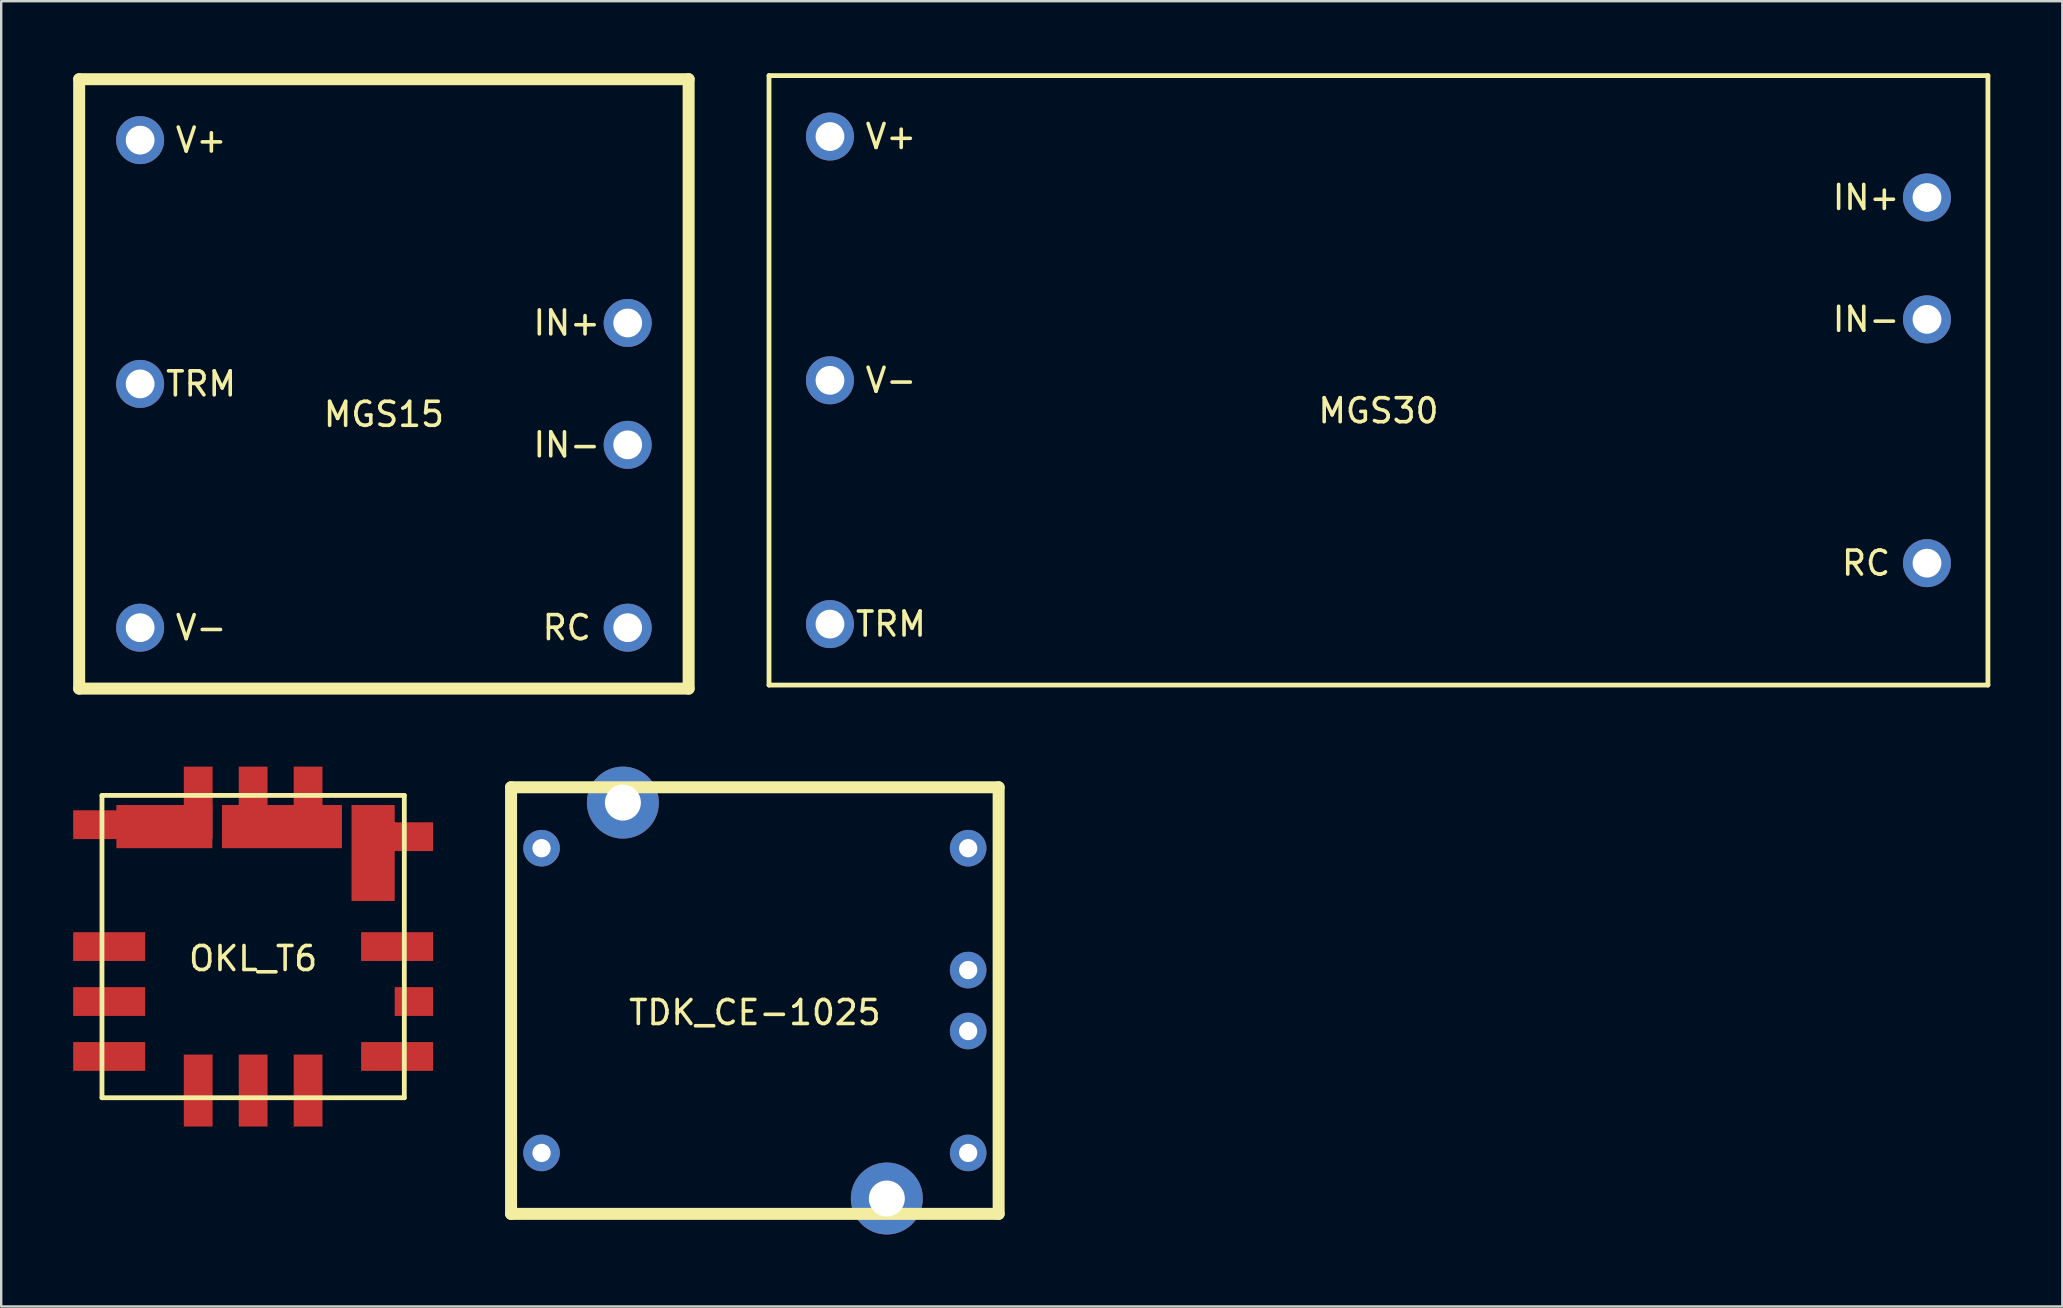
<source format=kicad_pcb>
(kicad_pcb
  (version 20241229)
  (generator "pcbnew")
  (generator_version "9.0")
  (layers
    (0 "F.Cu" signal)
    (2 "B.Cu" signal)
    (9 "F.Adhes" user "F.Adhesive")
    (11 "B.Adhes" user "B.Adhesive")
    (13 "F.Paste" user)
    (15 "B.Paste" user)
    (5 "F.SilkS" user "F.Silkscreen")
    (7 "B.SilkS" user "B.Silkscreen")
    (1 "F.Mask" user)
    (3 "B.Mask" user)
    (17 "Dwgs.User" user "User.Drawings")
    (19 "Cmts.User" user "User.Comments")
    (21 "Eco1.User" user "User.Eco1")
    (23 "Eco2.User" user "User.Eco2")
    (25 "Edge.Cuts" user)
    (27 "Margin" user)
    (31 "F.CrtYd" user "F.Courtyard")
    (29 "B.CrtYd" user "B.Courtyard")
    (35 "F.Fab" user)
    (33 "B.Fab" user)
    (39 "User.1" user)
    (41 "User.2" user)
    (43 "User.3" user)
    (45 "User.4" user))
  (footprint "MGS30"
    (layer "F.Cu")
    (at 54.4 12.8)
    (property "Reference" "MGS30" (at 0 1.27 0) (layer "F.SilkS") (effects (font (size 1 1) (thickness 0.15))))
    (attr through_hole)
    (fp_line (start -25.4 -12.7) (end 25.4 -12.7) (stroke (width 0.2) (type solid)) (layer "F.SilkS"))
    (fp_line (start -25.4 12.7) (end -25.4 -12.7) (stroke (width 0.2) (type solid)) (layer "F.SilkS"))
    (fp_line (start 25.4 12.7) (end -25.4 12.7) (stroke (width 0.2) (type solid)) (layer "F.SilkS"))
    (fp_line (start 25.4 12.7) (end 25.4 -12.7) (stroke (width 0.2) (type solid)) (layer "F.SilkS"))
    (fp_text user "IN-" (at 20.32 -2.54 0) (layer "F.SilkS") (effects (font (size 1 1) (thickness 0.15))))
    (fp_text user "V-" (at -20.32 0 0) (layer "F.SilkS") (effects (font (size 1 1) (thickness 0.15))))
    (fp_text user "IN+" (at 20.32 -7.62 0) (layer "F.SilkS") (effects (font (size 1 1) (thickness 0.15))))
    (fp_text user "RC" (at 20.32 7.62 0) (layer "F.SilkS") (effects (font (size 1 1) (thickness 0.15))))
    (fp_text user "TRM" (at -20.32 10.16 0) (layer "F.SilkS") (effects (font (size 1 1) (thickness 0.15))))
    (fp_text user "V+" (at -20.32 -10.16 0) (layer "F.SilkS") (effects (font (size 1 1) (thickness 0.15))))
    (pad "1" thru_hole circle (at -22.86 -10.16) (size 2 2) (drill 1.2) (layers "*.Cu" "*.Mask"))
    (pad "2" thru_hole circle (at -22.86 10.16) (size 2 2) (drill 1.2) (layers "*.Cu" "*.Mask"))
    (pad "3" thru_hole circle (at -22.86 0) (size 2 2) (drill 1.2) (layers "*.Cu" "*.Mask"))
    (pad "4" thru_hole circle (at 22.86 7.62) (size 2 2) (drill 1.2) (layers "*.Cu" "*.Mask"))
    (pad "5" thru_hole circle (at 22.86 -2.54) (size 2 2) (drill 1.2) (layers "*.Cu" "*.Mask"))
    (pad "6" thru_hole circle (at 22.86 -7.62) (size 2 2) (drill 1.2) (layers "*.Cu" "*.Mask")))
  (footprint "TDK_CE-1025"
    (layer "F.Cu")
    (at 28.41 38.65)
    (property "Reference" "TDK_CE-1025" (at 0 0.5 0) (layer "F.SilkS") (effects (font (size 1 1) (thickness 0.15))))
    (attr through_hole)
    (fp_line (start -10.16 -8.89) (end -10.16 8.89) (stroke (width 0.5) (type solid)) (layer "F.SilkS"))
    (fp_line (start -10.16 -8.89) (end 10.16 -8.89) (stroke (width 0.5) (type solid)) (layer "F.SilkS"))
    (fp_line (start 10.16 -8.89) (end 10.16 8.89) (stroke (width 0.5) (type solid)) (layer "F.SilkS"))
    (fp_line (start 10.16 8.89) (end -10.16 8.89) (stroke (width 0.5) (type solid)) (layer "F.SilkS"))
    (pad "" thru_hole circle (at -5.5 -8.25) (size 3 3) (drill 1.5) (layers "*.Cu" "*.Mask"))
    (pad "" thru_hole circle (at 5.5 8.25) (size 3 3) (drill 1.5) (layers "*.Cu" "*.Mask"))
    (pad "1" thru_hole circle (at -8.89 -6.35) (size 1.524 1.524) (drill 0.762) (layers "*.Cu" "*.Mask"))
    (pad "2" thru_hole circle (at -8.89 6.35) (size 1.524 1.524) (drill 0.762) (layers "*.Cu" "*.Mask"))
    (pad "3" thru_hole circle (at 8.89 6.35) (size 1.524 1.524) (drill 0.762) (layers "*.Cu" "*.Mask"))
    (pad "4" thru_hole circle (at 8.89 1.27) (size 1.524 1.524) (drill 0.762) (layers "*.Cu" "*.Mask"))
    (pad "5" thru_hole circle (at 8.89 -1.27) (size 1.524 1.524) (drill 0.762) (layers "*.Cu" "*.Mask"))
    (pad "6" thru_hole circle (at 8.89 -6.35) (size 1.524 1.524) (drill 0.762) (layers "*.Cu" "*.Mask")))
  (footprint "MGS15"
    (layer "F.Cu")
    (at 12.95 12.95)
    (property "Reference" "MGS15" (at 0 1.27 0) (layer "F.SilkS") (effects (font (size 1 1) (thickness 0.15))))
    (attr through_hole)
    (fp_line (start -12.7 -12.7) (end -12.7 12.7) (stroke (width 0.5) (type solid)) (layer "F.SilkS"))
    (fp_line (start -12.7 12.7) (end 12.7 12.7) (stroke (width 0.5) (type solid)) (layer "F.SilkS"))
    (fp_line (start 12.7 -12.7) (end -12.7 -12.7) (stroke (width 0.5) (type solid)) (layer "F.SilkS"))
    (fp_line (start 12.7 12.7) (end 12.7 -12.7) (stroke (width 0.5) (type solid)) (layer "F.SilkS"))
    (fp_text user "RC" (at 7.62 10.16 0) (layer "F.SilkS") (effects (font (size 1 1) (thickness 0.15))))
    (fp_text user "V-" (at -7.62 10.16 0) (layer "F.SilkS") (effects (font (size 1 1) (thickness 0.15))))
    (fp_text user "TRM" (at -7.62 0 0) (layer "F.SilkS") (effects (font (size 1 1) (thickness 0.15))))
    (fp_text user "IN+" (at 7.62 -2.54 0) (layer "F.SilkS") (effects (font (size 1 1) (thickness 0.15))))
    (fp_text user "V+" (at -7.62 -10.16 0) (layer "F.SilkS") (effects (font (size 1 1) (thickness 0.15))))
    (fp_text user "IN-" (at 7.62 2.54 0) (layer "F.SilkS") (effects (font (size 1 1) (thickness 0.15))))
    (pad "1" thru_hole circle (at -10.16 -10.16) (size 2 2) (drill 1.2) (layers "*.Cu" "*.Mask"))
    (pad "2" thru_hole circle (at -10.16 0) (size 2 2) (drill 1.2) (layers "*.Cu" "*.Mask"))
    (pad "3" thru_hole circle (at -10.16 10.16) (size 2 2) (drill 1.2) (layers "*.Cu" "*.Mask"))
    (pad "4" thru_hole circle (at 10.16 10.16) (size 2 2) (drill 1.2) (layers "*.Cu" "*.Mask"))
    (pad "5" thru_hole circle (at 10.16 2.54) (size 2 2) (drill 1.2) (layers "*.Cu" "*.Mask"))
    (pad "6" thru_hole circle (at 10.16 -2.54) (size 2 2) (drill 1.2) (layers "*.Cu" "*.Mask")))
  (footprint "OKL_T6"
    (layer "F.Cu")
    (at 7.5 36.4)
    (property "Reference" "OKL_T6" (at 0 0.5 0) (layer "F.SilkS") (effects (font (size 1 1) (thickness 0.15))))
    (attr through_hole)
    (fp_line (start -6.3 -6.3) (end -6.3 6.3) (stroke (width 0.2) (type solid)) (layer "F.SilkS"))
    (fp_line (start -6.3 6.3) (end 6.3 6.3) (stroke (width 0.2) (type solid)) (layer "F.SilkS"))
    (fp_line (start 6.3 -6.3) (end -6.3 -6.3) (stroke (width 0.2) (type solid)) (layer "F.SilkS"))
    (fp_line (start 6.3 6.3) (end 6.3 -6.3) (stroke (width 0.2) (type solid)) (layer "F.SilkS"))
    (pad "1" smd rect (at -6 0) (size 3 1.2) (layers "F.Cu" "F.Mask" "F.Paste"))
    (pad "2" smd rect (at -6 -5.08) (size 3 1.2) (layers "F.Cu" "F.Mask" "F.Paste"))
    (pad "2" smd rect (at -3.7 -5) (size 4 1.8) (layers "F.Cu" "F.Mask" "F.Paste"))
    (pad "2" smd rect (at -2.29 -6) (size 1.2 3) (layers "F.Cu" "F.Mask" "F.Paste"))
    (pad "3" smd rect (at 0 -6) (size 1.2 3) (layers "F.Cu" "F.Mask" "F.Paste"))
    (pad "3" smd rect (at 1.2 -5) (size 5 1.8) (layers "F.Cu" "F.Mask" "F.Paste"))
    (pad "3" smd rect (at 2.29 -6) (size 1.2 3) (layers "F.Cu" "F.Mask" "F.Paste"))
    (pad "4" smd rect (at 5 -3.9) (size 1.8 4) (layers "F.Cu" "F.Mask" "F.Paste"))
    (pad "4" smd rect (at 6 -4.58) (size 3 1.2) (layers "F.Cu" "F.Mask" "F.Paste"))
    (pad "5" smd rect (at 6 0) (size 3 1.2) (layers "F.Cu" "F.Mask" "F.Paste"))
    (pad "6" smd rect (at 6 4.58) (size 3 1.2) (layers "F.Cu" "F.Mask" "F.Paste"))
    (pad "7" smd rect (at 0 6) (size 1.2 3) (layers "F.Cu" "F.Mask" "F.Paste"))
    (pad "8" smd rect (at -2.29 6) (size 1.2 3) (layers "F.Cu" "F.Mask" "F.Paste"))
    (pad "9" smd rect (at -6 4.58) (size 3 1.2) (layers "F.Cu" "F.Mask" "F.Paste"))
    (pad "10" smd rect (at -6 2.29) (size 3 1.2) (layers "F.Cu" "F.Mask" "F.Paste"))
    (pad "11" smd rect (at 6.7 2.29) (size 1.6 1.2) (layers "F.Cu" "F.Mask" "F.Paste"))
    (pad "12" smd rect (at 2.29 6) (size 1.2 3) (layers "F.Cu" "F.Mask" "F.Paste")))
  (gr_rect
    (start -3 -3)
    (end 82.9 51.4)
    (stroke (width 0.1) (type default))
    (fill no)
    (layer "Edge.Cuts")))
</source>
